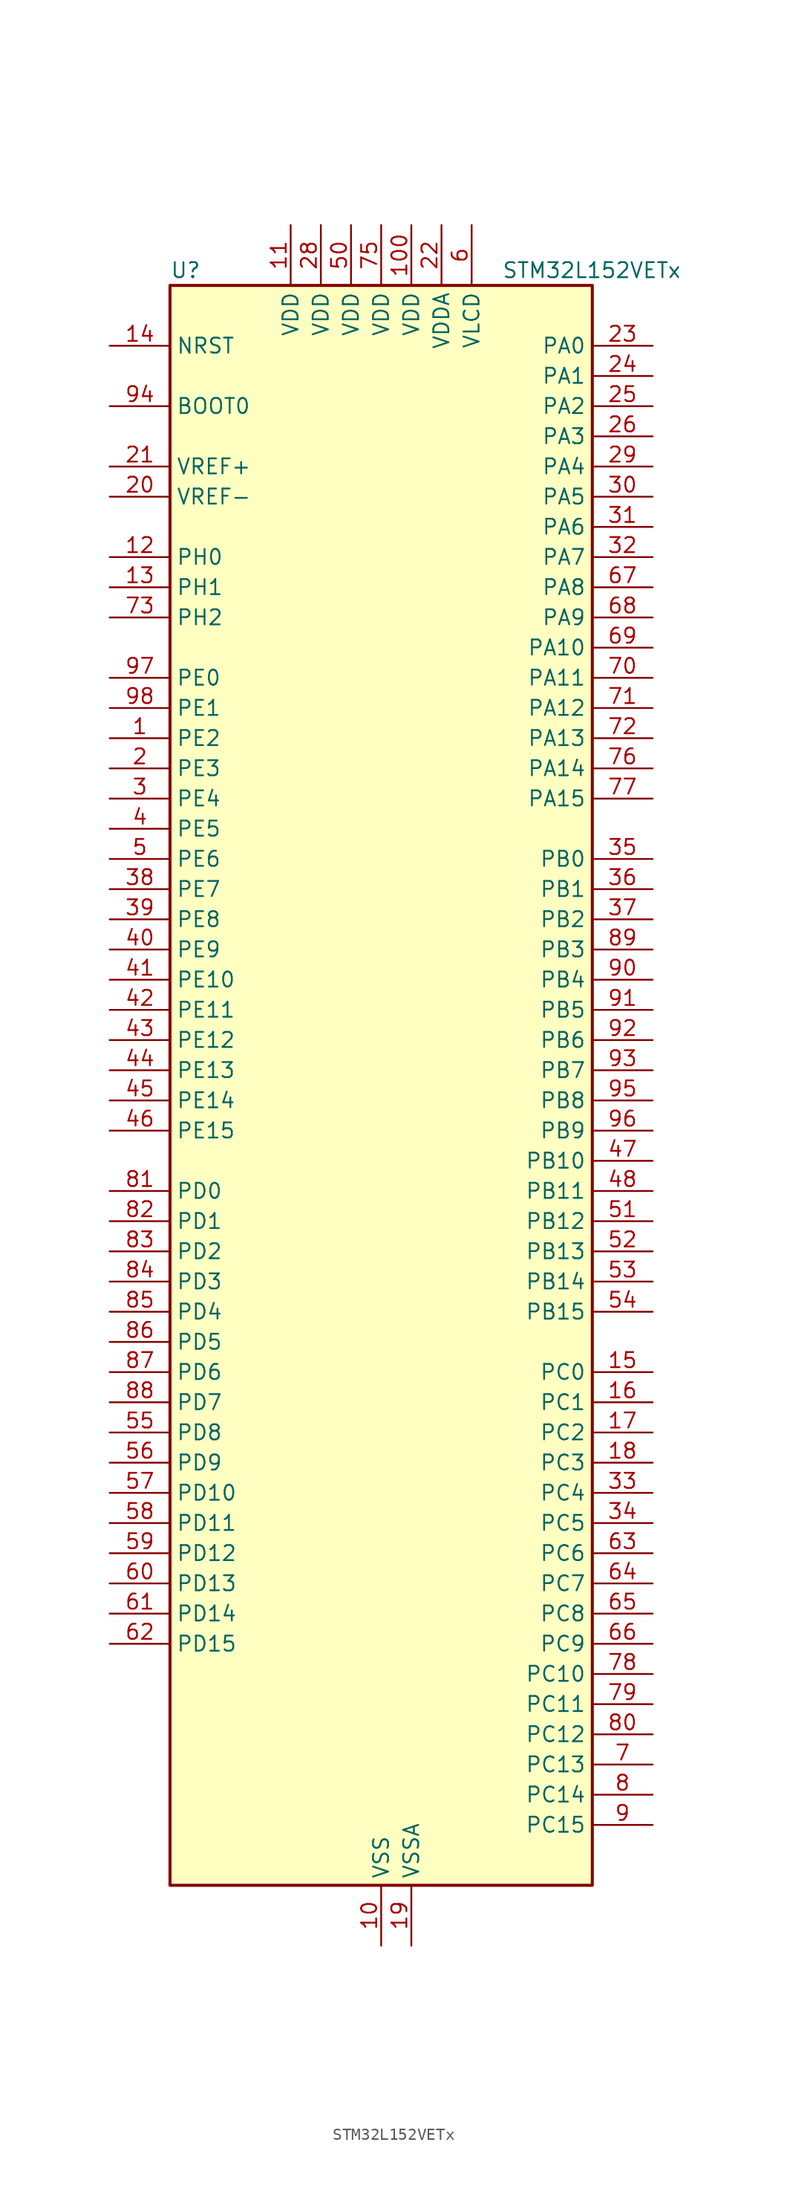
<source format=kicad_sym>
(kicad_symbol_lib
  (version 20241209)
  (generator "kicad_symbol_editor")
  (generator_version "9.0")
  (symbol "STM32L152VETx"
    (property "Reference" "U"
      (at -17.78 69.85 0)
      (effects (font (size 1.27 1.27)) (justify left)))
    (property "Value" "STM32L152VETx"
      (at 10.16 69.85 0)
      (effects (font (size 1.27 1.27)) (justify left)))
    (symbol "STM32L152VETx_0_1"
      (rectangle (start -17.78 -66.04) (end 17.78 68.58) (stroke (width 0.254) (type default)) (fill (type background))))
    (symbol "STM32L152VETx_1_1"
      (pin input line (at -22.86 63.5 0) (length 5.08) (name "NRST" (effects (font (size 1.27 1.27)))) (number "14" (effects (font (size 1.27 1.27)))))
      (pin input line (at -22.86 58.42 0) (length 5.08) (name "BOOT0" (effects (font (size 1.27 1.27)))) (number "94" (effects (font (size 1.27 1.27)))))
      (pin input line (at -22.86 53.34 0) (length 5.08) (name "VREF+" (effects (font (size 1.27 1.27)))) (number "21" (effects (font (size 1.27 1.27)))))
      (pin input line (at -22.86 50.8 0) (length 5.08) (name "VREF-" (effects (font (size 1.27 1.27)))) (number "20" (effects (font (size 1.27 1.27)))))
      (pin bidirectional line (at -22.86 45.72 0) (length 5.08) (name "PH0" (effects (font (size 1.27 1.27)))) (number "12" (effects (font (size 1.27 1.27)))) (alternate "RCC_OSC_IN" bidirectional line))
      (pin bidirectional line (at -22.86 43.18 0) (length 5.08) (name "PH1" (effects (font (size 1.27 1.27)))) (number "13" (effects (font (size 1.27 1.27)))) (alternate "RCC_OSC_OUT" bidirectional line))
      (pin bidirectional line (at -22.86 40.64 0) (length 5.08) (name "PH2" (effects (font (size 1.27 1.27)))) (number "73" (effects (font (size 1.27 1.27)))))
      (pin bidirectional line (at -22.86 35.56 0) (length 5.08) (name "PE0" (effects (font (size 1.27 1.27)))) (number "97" (effects (font (size 1.27 1.27)))) (alternate "LCD_SEG36" bidirectional line) (alternate "TIM10_CH1" bidirectional line) (alternate "TIM4_ETR" bidirectional line) (alternate "TIMX_IC1" bidirectional line))
      (pin bidirectional line (at -22.86 33.02 0) (length 5.08) (name "PE1" (effects (font (size 1.27 1.27)))) (number "98" (effects (font (size 1.27 1.27)))) (alternate "LCD_SEG37" bidirectional line) (alternate "TIM11_CH1" bidirectional line) (alternate "TIMX_IC2" bidirectional line))
      (pin bidirectional line (at -22.86 30.48 0) (length 5.08) (name "PE2" (effects (font (size 1.27 1.27)))) (number "1" (effects (font (size 1.27 1.27)))) (alternate "LCD_SEG38" bidirectional line) (alternate "SYS_TRACECK" bidirectional line) (alternate "TIM3_ETR" bidirectional line) (alternate "TIMX_IC3" bidirectional line))
      (pin bidirectional line (at -22.86 27.94 0) (length 5.08) (name "PE3" (effects (font (size 1.27 1.27)))) (number "2" (effects (font (size 1.27 1.27)))) (alternate "LCD_SEG39" bidirectional line) (alternate "SYS_TRACED0" bidirectional line) (alternate "TIM3_CH1" bidirectional line) (alternate "TIMX_IC4" bidirectional line))
      (pin bidirectional line (at -22.86 25.4 0) (length 5.08) (name "PE4" (effects (font (size 1.27 1.27)))) (number "3" (effects (font (size 1.27 1.27)))) (alternate "SYS_TRACED1" bidirectional line) (alternate "TIM3_CH2" bidirectional line) (alternate "TIMX_IC1" bidirectional line))
      (pin bidirectional line (at -22.86 22.86 0) (length 5.08) (name "PE5" (effects (font (size 1.27 1.27)))) (number "4" (effects (font (size 1.27 1.27)))) (alternate "SYS_TRACED2" bidirectional line) (alternate "TIM9_CH1" bidirectional line) (alternate "TIMX_IC2" bidirectional line))
      (pin bidirectional line (at -22.86 20.32 0) (length 5.08) (name "PE6" (effects (font (size 1.27 1.27)))) (number "5" (effects (font (size 1.27 1.27)))) (alternate "RTC_TAMP3" bidirectional line) (alternate "SYS_TRACED3" bidirectional line) (alternate "SYS_WKUP3" bidirectional line) (alternate "TIM9_CH2" bidirectional line) (alternate "TIMX_IC3" bidirectional line))
      (pin bidirectional line (at -22.86 17.78 0) (length 5.08) (name "PE7" (effects (font (size 1.27 1.27)))) (number "38" (effects (font (size 1.27 1.27)))) (alternate "ADC_IN22" bidirectional line) (alternate "COMP1_INP" bidirectional line) (alternate "TIMX_IC4" bidirectional line))
      (pin bidirectional line (at -22.86 15.24 0) (length 5.08) (name "PE8" (effects (font (size 1.27 1.27)))) (number "39" (effects (font (size 1.27 1.27)))) (alternate "ADC_IN23" bidirectional line) (alternate "COMP1_INP" bidirectional line) (alternate "TIMX_IC1" bidirectional line))
      (pin bidirectional line (at -22.86 12.7 0) (length 5.08) (name "PE9" (effects (font (size 1.27 1.27)))) (number "40" (effects (font (size 1.27 1.27)))) (alternate "ADC_IN24" bidirectional line) (alternate "COMP1_INP" bidirectional line) (alternate "DAC_EXTI9" bidirectional line) (alternate "TIM2_CH1" bidirectional line) (alternate "TIM2_ETR" bidirectional line) (alternate "TIMX_IC2" bidirectional line))
      (pin bidirectional line (at -22.86 10.16 0) (length 5.08) (name "PE10" (effects (font (size 1.27 1.27)))) (number "41" (effects (font (size 1.27 1.27)))) (alternate "ADC_IN25" bidirectional line) (alternate "COMP1_INP" bidirectional line) (alternate "TIM2_CH2" bidirectional line) (alternate "TIMX_IC3" bidirectional line))
      (pin bidirectional line (at -22.86 7.62 0) (length 5.08) (name "PE11" (effects (font (size 1.27 1.27)))) (number "42" (effects (font (size 1.27 1.27)))) (alternate "ADC_EXTI11" bidirectional line) (alternate "TIM2_CH3" bidirectional line) (alternate "TIMX_IC4" bidirectional line))
      (pin bidirectional line (at -22.86 5.08 0) (length 5.08) (name "PE12" (effects (font (size 1.27 1.27)))) (number "43" (effects (font (size 1.27 1.27)))) (alternate "SPI1_NSS" bidirectional line) (alternate "TIM2_CH4" bidirectional line) (alternate "TIMX_IC1" bidirectional line))
      (pin bidirectional line (at -22.86 2.54 0) (length 5.08) (name "PE13" (effects (font (size 1.27 1.27)))) (number "44" (effects (font (size 1.27 1.27)))) (alternate "SPI1_SCK" bidirectional line) (alternate "TIMX_IC2" bidirectional line))
      (pin bidirectional line (at -22.86 0 0) (length 5.08) (name "PE14" (effects (font (size 1.27 1.27)))) (number "45" (effects (font (size 1.27 1.27)))) (alternate "SPI1_MISO" bidirectional line) (alternate "TIMX_IC3" bidirectional line))
      (pin bidirectional line (at -22.86 -2.54 0) (length 5.08) (name "PE15" (effects (font (size 1.27 1.27)))) (number "46" (effects (font (size 1.27 1.27)))) (alternate "ADC_EXTI15" bidirectional line) (alternate "SPI1_MOSI" bidirectional line) (alternate "TIMX_IC4" bidirectional line))
      (pin bidirectional line (at -22.86 -7.62 0) (length 5.08) (name "PD0" (effects (font (size 1.27 1.27)))) (number "81" (effects (font (size 1.27 1.27)))) (alternate "I2S2_WS" bidirectional line) (alternate "SPI2_NSS" bidirectional line) (alternate "TIM9_CH1" bidirectional line) (alternate "TIMX_IC1" bidirectional line))
      (pin bidirectional line (at -22.86 -10.16 0) (length 5.08) (name "PD1" (effects (font (size 1.27 1.27)))) (number "82" (effects (font (size 1.27 1.27)))) (alternate "I2S2_CK" bidirectional line) (alternate "SPI2_SCK" bidirectional line) (alternate "TIMX_IC2" bidirectional line))
      (pin bidirectional line (at -22.86 -12.7 0) (length 5.08) (name "PD2" (effects (font (size 1.27 1.27)))) (number "83" (effects (font (size 1.27 1.27)))) (alternate "LCD_COM7" bidirectional line) (alternate "LCD_SEG31" bidirectional line) (alternate "LCD_SEG43" bidirectional line) (alternate "TIM3_ETR" bidirectional line) (alternate "TIMX_IC3" bidirectional line) (alternate "UART5_RX" bidirectional line))
      (pin bidirectional line (at -22.86 -15.24 0) (length 5.08) (name "PD3" (effects (font (size 1.27 1.27)))) (number "84" (effects (font (size 1.27 1.27)))) (alternate "SPI2_MISO" bidirectional line) (alternate "TIMX_IC4" bidirectional line) (alternate "USART2_CTS" bidirectional line))
      (pin bidirectional line (at -22.86 -17.78 0) (length 5.08) (name "PD4" (effects (font (size 1.27 1.27)))) (number "85" (effects (font (size 1.27 1.27)))) (alternate "I2S2_SD" bidirectional line) (alternate "SPI2_MOSI" bidirectional line) (alternate "TIMX_IC1" bidirectional line) (alternate "USART2_RTS" bidirectional line))
      (pin bidirectional line (at -22.86 -20.32 0) (length 5.08) (name "PD5" (effects (font (size 1.27 1.27)))) (number "86" (effects (font (size 1.27 1.27)))) (alternate "TIMX_IC2" bidirectional line) (alternate "USART2_TX" bidirectional line))
      (pin bidirectional line (at -22.86 -22.86 0) (length 5.08) (name "PD6" (effects (font (size 1.27 1.27)))) (number "87" (effects (font (size 1.27 1.27)))) (alternate "TIMX_IC3" bidirectional line) (alternate "USART2_RX" bidirectional line))
      (pin bidirectional line (at -22.86 -25.4 0) (length 5.08) (name "PD7" (effects (font (size 1.27 1.27)))) (number "88" (effects (font (size 1.27 1.27)))) (alternate "TIM9_CH2" bidirectional line) (alternate "TIMX_IC4" bidirectional line) (alternate "USART2_CK" bidirectional line))
      (pin bidirectional line (at -22.86 -27.94 0) (length 5.08) (name "PD8" (effects (font (size 1.27 1.27)))) (number "55" (effects (font (size 1.27 1.27)))) (alternate "LCD_SEG28" bidirectional line) (alternate "TIMX_IC1" bidirectional line) (alternate "USART3_TX" bidirectional line))
      (pin bidirectional line (at -22.86 -30.48 0) (length 5.08) (name "PD9" (effects (font (size 1.27 1.27)))) (number "56" (effects (font (size 1.27 1.27)))) (alternate "DAC_EXTI9" bidirectional line) (alternate "LCD_SEG29" bidirectional line) (alternate "TIMX_IC2" bidirectional line) (alternate "USART3_RX" bidirectional line))
      (pin bidirectional line (at -22.86 -33.02 0) (length 5.08) (name "PD10" (effects (font (size 1.27 1.27)))) (number "57" (effects (font (size 1.27 1.27)))) (alternate "LCD_SEG30" bidirectional line) (alternate "TIMX_IC3" bidirectional line) (alternate "USART3_CK" bidirectional line))
      (pin bidirectional line (at -22.86 -35.56 0) (length 5.08) (name "PD11" (effects (font (size 1.27 1.27)))) (number "58" (effects (font (size 1.27 1.27)))) (alternate "ADC_EXTI11" bidirectional line) (alternate "LCD_SEG31" bidirectional line) (alternate "TIMX_IC4" bidirectional line) (alternate "USART3_CTS" bidirectional line))
      (pin bidirectional line (at -22.86 -38.1 0) (length 5.08) (name "PD12" (effects (font (size 1.27 1.27)))) (number "59" (effects (font (size 1.27 1.27)))) (alternate "LCD_SEG32" bidirectional line) (alternate "TIM4_CH1" bidirectional line) (alternate "TIMX_IC1" bidirectional line) (alternate "USART3_RTS" bidirectional line))
      (pin bidirectional line (at -22.86 -40.64 0) (length 5.08) (name "PD13" (effects (font (size 1.27 1.27)))) (number "60" (effects (font (size 1.27 1.27)))) (alternate "LCD_SEG33" bidirectional line) (alternate "TIM4_CH2" bidirectional line) (alternate "TIMX_IC2" bidirectional line))
      (pin bidirectional line (at -22.86 -43.18 0) (length 5.08) (name "PD14" (effects (font (size 1.27 1.27)))) (number "61" (effects (font (size 1.27 1.27)))) (alternate "LCD_SEG34" bidirectional line) (alternate "TIM4_CH3" bidirectional line) (alternate "TIMX_IC3" bidirectional line))
      (pin bidirectional line (at -22.86 -45.72 0) (length 5.08) (name "PD15" (effects (font (size 1.27 1.27)))) (number "62" (effects (font (size 1.27 1.27)))) (alternate "ADC_EXTI15" bidirectional line) (alternate "LCD_SEG35" bidirectional line) (alternate "TIM4_CH4" bidirectional line) (alternate "TIMX_IC4" bidirectional line))
      (pin power_in line (at -7.62 73.66 270) (length 5.08) (name "VDD" (effects (font (size 1.27 1.27)))) (number "11" (effects (font (size 1.27 1.27)))))
      (pin power_in line (at -5.08 73.66 270) (length 5.08) (name "VDD" (effects (font (size 1.27 1.27)))) (number "28" (effects (font (size 1.27 1.27)))))
      (pin power_in line (at -2.54 73.66 270) (length 5.08) (name "VDD" (effects (font (size 1.27 1.27)))) (number "50" (effects (font (size 1.27 1.27)))))
      (pin power_in line (at 0 73.66 270) (length 5.08) (name "VDD" (effects (font (size 1.27 1.27)))) (number "75" (effects (font (size 1.27 1.27)))))
      (pin power_in line (at 0 -71.12 90) (length 5.08) (name "VSS" (effects (font (size 1.27 1.27)))) (number "10" (effects (font (size 1.27 1.27)))))
      (pin passive line (at 0 -71.12 90) (length 5.08) (hide yes) (name "VSS" (effects (font (size 1.27 1.27)))) (number "27" (effects (font (size 1.27 1.27)))))
      (pin passive line (at 0 -71.12 90) (length 5.08) (hide yes) (name "VSS" (effects (font (size 1.27 1.27)))) (number "49" (effects (font (size 1.27 1.27)))))
      (pin passive line (at 0 -71.12 90) (length 5.08) (hide yes) (name "VSS" (effects (font (size 1.27 1.27)))) (number "74" (effects (font (size 1.27 1.27)))))
      (pin passive line (at 0 -71.12 90) (length 5.08) (hide yes) (name "VSS" (effects (font (size 1.27 1.27)))) (number "99" (effects (font (size 1.27 1.27)))))
      (pin power_in line (at 2.54 73.66 270) (length 5.08) (name "VDD" (effects (font (size 1.27 1.27)))) (number "100" (effects (font (size 1.27 1.27)))))
      (pin power_in line (at 2.54 -71.12 90) (length 5.08) (name "VSSA" (effects (font (size 1.27 1.27)))) (number "19" (effects (font (size 1.27 1.27)))))
      (pin power_in line (at 5.08 73.66 270) (length 5.08) (name "VDDA" (effects (font (size 1.27 1.27)))) (number "22" (effects (font (size 1.27 1.27)))))
      (pin power_in line (at 7.62 73.66 270) (length 5.08) (name "VLCD" (effects (font (size 1.27 1.27)))) (number "6" (effects (font (size 1.27 1.27)))))
      (pin bidirectional line (at 22.86 63.5 180) (length 5.08) (name "PA0" (effects (font (size 1.27 1.27)))) (number "23" (effects (font (size 1.27 1.27)))) (alternate "ADC_IN0" bidirectional line) (alternate "COMP1_INP" bidirectional line) (alternate "RTC_TAMP2" bidirectional line) (alternate "SYS_WKUP1" bidirectional line) (alternate "TIM2_CH1" bidirectional line) (alternate "TIM2_ETR" bidirectional line) (alternate "TIM5_CH1" bidirectional line) (alternate "TIMX_IC1" bidirectional line) (alternate "TS_G1_IO1" bidirectional line) (alternate "USART2_CTS" bidirectional line))
      (pin bidirectional line (at 22.86 60.96 180) (length 5.08) (name "PA1" (effects (font (size 1.27 1.27)))) (number "24" (effects (font (size 1.27 1.27)))) (alternate "ADC_IN1" bidirectional line) (alternate "COMP1_INP" bidirectional line) (alternate "LCD_SEG0" bidirectional line) (alternate "OPAMP1_VINP" bidirectional line) (alternate "TIM2_CH2" bidirectional line) (alternate "TIM5_CH2" bidirectional line) (alternate "TIMX_IC2" bidirectional line) (alternate "TS_G1_IO2" bidirectional line) (alternate "USART2_RTS" bidirectional line))
      (pin bidirectional line (at 22.86 58.42 180) (length 5.08) (name "PA2" (effects (font (size 1.27 1.27)))) (number "25" (effects (font (size 1.27 1.27)))) (alternate "ADC_IN2" bidirectional line) (alternate "COMP1_INP" bidirectional line) (alternate "LCD_SEG1" bidirectional line) (alternate "OPAMP1_VINM" bidirectional line) (alternate "TIM2_CH3" bidirectional line) (alternate "TIM5_CH3" bidirectional line) (alternate "TIM9_CH1" bidirectional line) (alternate "TIMX_IC3" bidirectional line) (alternate "TS_G1_IO3" bidirectional line) (alternate "USART2_TX" bidirectional line))
      (pin bidirectional line (at 22.86 55.88 180) (length 5.08) (name "PA3" (effects (font (size 1.27 1.27)))) (number "26" (effects (font (size 1.27 1.27)))) (alternate "ADC_IN3" bidirectional line) (alternate "COMP1_INP" bidirectional line) (alternate "LCD_SEG2" bidirectional line) (alternate "OPAMP1_VOUT" bidirectional line) (alternate "TIM2_CH4" bidirectional line) (alternate "TIM5_CH4" bidirectional line) (alternate "TIM9_CH2" bidirectional line) (alternate "TIMX_IC4" bidirectional line) (alternate "TS_G1_IO4" bidirectional line) (alternate "USART2_RX" bidirectional line))
      (pin bidirectional line (at 22.86 53.34 180) (length 5.08) (name "PA4" (effects (font (size 1.27 1.27)))) (number "29" (effects (font (size 1.27 1.27)))) (alternate "ADC_IN4" bidirectional line) (alternate "COMP1_INP" bidirectional line) (alternate "DAC_OUT1" bidirectional line) (alternate "I2S3_WS" bidirectional line) (alternate "SPI1_NSS" bidirectional line) (alternate "SPI3_NSS" bidirectional line) (alternate "TIMX_IC1" bidirectional line) (alternate "USART2_CK" bidirectional line))
      (pin bidirectional line (at 22.86 50.8 180) (length 5.08) (name "PA5" (effects (font (size 1.27 1.27)))) (number "30" (effects (font (size 1.27 1.27)))) (alternate "ADC_IN5" bidirectional line) (alternate "COMP1_INP" bidirectional line) (alternate "DAC_OUT2" bidirectional line) (alternate "SPI1_SCK" bidirectional line) (alternate "TIM2_CH1" bidirectional line) (alternate "TIM2_ETR" bidirectional line) (alternate "TIMX_IC2" bidirectional line))
      (pin bidirectional line (at 22.86 48.26 180) (length 5.08) (name "PA6" (effects (font (size 1.27 1.27)))) (number "31" (effects (font (size 1.27 1.27)))) (alternate "ADC_IN6" bidirectional line) (alternate "COMP1_INP" bidirectional line) (alternate "LCD_SEG3" bidirectional line) (alternate "OPAMP2_VINP" bidirectional line) (alternate "SPI1_MISO" bidirectional line) (alternate "TIM10_CH1" bidirectional line) (alternate "TIM3_CH1" bidirectional line) (alternate "TIMX_IC3" bidirectional line) (alternate "TS_G2_IO1" bidirectional line))
      (pin bidirectional line (at 22.86 45.72 180) (length 5.08) (name "PA7" (effects (font (size 1.27 1.27)))) (number "32" (effects (font (size 1.27 1.27)))) (alternate "ADC_IN7" bidirectional line) (alternate "COMP1_INP" bidirectional line) (alternate "LCD_SEG4" bidirectional line) (alternate "OPAMP2_VINM" bidirectional line) (alternate "SPI1_MOSI" bidirectional line) (alternate "TIM11_CH1" bidirectional line) (alternate "TIM3_CH2" bidirectional line) (alternate "TIMX_IC4" bidirectional line) (alternate "TS_G2_IO2" bidirectional line))
      (pin bidirectional line (at 22.86 43.18 180) (length 5.08) (name "PA8" (effects (font (size 1.27 1.27)))) (number "67" (effects (font (size 1.27 1.27)))) (alternate "LCD_COM0" bidirectional line) (alternate "RCC_MCO" bidirectional line) (alternate "TIMX_IC1" bidirectional line) (alternate "TS_G4_IO1" bidirectional line) (alternate "USART1_CK" bidirectional line))
      (pin bidirectional line (at 22.86 40.64 180) (length 5.08) (name "PA9" (effects (font (size 1.27 1.27)))) (number "68" (effects (font (size 1.27 1.27)))) (alternate "DAC_EXTI9" bidirectional line) (alternate "LCD_COM1" bidirectional line) (alternate "TIMX_IC2" bidirectional line) (alternate "TS_G4_IO2" bidirectional line) (alternate "USART1_TX" bidirectional line))
      (pin bidirectional line (at 22.86 38.1 180) (length 5.08) (name "PA10" (effects (font (size 1.27 1.27)))) (number "69" (effects (font (size 1.27 1.27)))) (alternate "LCD_COM2" bidirectional line) (alternate "TIMX_IC3" bidirectional line) (alternate "TS_G4_IO3" bidirectional line) (alternate "USART1_RX" bidirectional line))
      (pin bidirectional line (at 22.86 35.56 180) (length 5.08) (name "PA11" (effects (font (size 1.27 1.27)))) (number "70" (effects (font (size 1.27 1.27)))) (alternate "ADC_EXTI11" bidirectional line) (alternate "SPI1_MISO" bidirectional line) (alternate "TIMX_IC4" bidirectional line) (alternate "USART1_CTS" bidirectional line) (alternate "USB_DM" bidirectional line))
      (pin bidirectional line (at 22.86 33.02 180) (length 5.08) (name "PA12" (effects (font (size 1.27 1.27)))) (number "71" (effects (font (size 1.27 1.27)))) (alternate "SPI1_MOSI" bidirectional line) (alternate "TIMX_IC1" bidirectional line) (alternate "USART1_RTS" bidirectional line) (alternate "USB_DP" bidirectional line))
      (pin bidirectional line (at 22.86 30.48 180) (length 5.08) (name "PA13" (effects (font (size 1.27 1.27)))) (number "72" (effects (font (size 1.27 1.27)))) (alternate "SYS_JTMS-SWDIO" bidirectional line) (alternate "TIMX_IC2" bidirectional line) (alternate "TS_G5_IO1" bidirectional line))
      (pin bidirectional line (at 22.86 27.94 180) (length 5.08) (name "PA14" (effects (font (size 1.27 1.27)))) (number "76" (effects (font (size 1.27 1.27)))) (alternate "SYS_JTCK-SWCLK" bidirectional line) (alternate "TIMX_IC3" bidirectional line) (alternate "TS_G5_IO2" bidirectional line))
      (pin bidirectional line (at 22.86 25.4 180) (length 5.08) (name "PA15" (effects (font (size 1.27 1.27)))) (number "77" (effects (font (size 1.27 1.27)))) (alternate "ADC_EXTI15" bidirectional line) (alternate "I2S3_WS" bidirectional line) (alternate "LCD_SEG17" bidirectional line) (alternate "SPI1_NSS" bidirectional line) (alternate "SPI3_NSS" bidirectional line) (alternate "SYS_JTDI" bidirectional line) (alternate "TIM2_CH1" bidirectional line) (alternate "TIM2_ETR" bidirectional line) (alternate "TIMX_IC4" bidirectional line) (alternate "TS_G5_IO3" bidirectional line))
      (pin bidirectional line (at 22.86 20.32 180) (length 5.08) (name "PB0" (effects (font (size 1.27 1.27)))) (number "35" (effects (font (size 1.27 1.27)))) (alternate "ADC_IN8" bidirectional line) (alternate "COMP1_INP" bidirectional line) (alternate "LCD_SEG5" bidirectional line) (alternate "OPAMP2_VOUT" bidirectional line) (alternate "SYS_V_REF_OUT" bidirectional line) (alternate "TIM3_CH3" bidirectional line) (alternate "TS_G3_IO1" bidirectional line))
      (pin bidirectional line (at 22.86 17.78 180) (length 5.08) (name "PB1" (effects (font (size 1.27 1.27)))) (number "36" (effects (font (size 1.27 1.27)))) (alternate "ADC_IN9" bidirectional line) (alternate "COMP1_INP" bidirectional line) (alternate "LCD_SEG6" bidirectional line) (alternate "SYS_V_REF_OUT" bidirectional line) (alternate "TIM3_CH4" bidirectional line) (alternate "TS_G3_IO2" bidirectional line))
      (pin bidirectional line (at 22.86 15.24 180) (length 5.08) (name "PB2" (effects (font (size 1.27 1.27)))) (number "37" (effects (font (size 1.27 1.27)))) (alternate "ADC_IN0b" bidirectional line) (alternate "TS_G3_IO3" bidirectional line))
      (pin bidirectional line (at 22.86 12.7 180) (length 5.08) (name "PB3" (effects (font (size 1.27 1.27)))) (number "89" (effects (font (size 1.27 1.27)))) (alternate "COMP2_INM" bidirectional line) (alternate "I2S3_CK" bidirectional line) (alternate "LCD_SEG7" bidirectional line) (alternate "SPI1_SCK" bidirectional line) (alternate "SPI3_SCK" bidirectional line) (alternate "SYS_JTDO-TRACESWO" bidirectional line) (alternate "TIM2_CH2" bidirectional line))
      (pin bidirectional line (at 22.86 10.16 180) (length 5.08) (name "PB4" (effects (font (size 1.27 1.27)))) (number "90" (effects (font (size 1.27 1.27)))) (alternate "COMP2_INP" bidirectional line) (alternate "LCD_SEG8" bidirectional line) (alternate "SPI1_MISO" bidirectional line) (alternate "SPI3_MISO" bidirectional line) (alternate "SYS_JTRST" bidirectional line) (alternate "TIM3_CH1" bidirectional line) (alternate "TS_G6_IO1" bidirectional line))
      (pin bidirectional line (at 22.86 7.62 180) (length 5.08) (name "PB5" (effects (font (size 1.27 1.27)))) (number "91" (effects (font (size 1.27 1.27)))) (alternate "COMP2_INP" bidirectional line) (alternate "I2C1_SMBA" bidirectional line) (alternate "I2S3_SD" bidirectional line) (alternate "LCD_SEG9" bidirectional line) (alternate "SPI1_MOSI" bidirectional line) (alternate "SPI3_MOSI" bidirectional line) (alternate "TIM3_CH2" bidirectional line) (alternate "TS_G6_IO2" bidirectional line))
      (pin bidirectional line (at 22.86 5.08 180) (length 5.08) (name "PB6" (effects (font (size 1.27 1.27)))) (number "92" (effects (font (size 1.27 1.27)))) (alternate "COMP2_INP" bidirectional line) (alternate "I2C1_SCL" bidirectional line) (alternate "TIM4_CH1" bidirectional line) (alternate "TS_G6_IO3" bidirectional line) (alternate "USART1_TX" bidirectional line))
      (pin bidirectional line (at 22.86 2.54 180) (length 5.08) (name "PB7" (effects (font (size 1.27 1.27)))) (number "93" (effects (font (size 1.27 1.27)))) (alternate "COMP2_INP" bidirectional line) (alternate "I2C1_SDA" bidirectional line) (alternate "SYS_PVD_IN" bidirectional line) (alternate "TIM4_CH2" bidirectional line) (alternate "TS_G6_IO4" bidirectional line) (alternate "USART1_RX" bidirectional line))
      (pin bidirectional line (at 22.86 0 180) (length 5.08) (name "PB8" (effects (font (size 1.27 1.27)))) (number "95" (effects (font (size 1.27 1.27)))) (alternate "I2C1_SCL" bidirectional line) (alternate "LCD_SEG16" bidirectional line) (alternate "TIM10_CH1" bidirectional line) (alternate "TIM4_CH3" bidirectional line))
      (pin bidirectional line (at 22.86 -2.54 180) (length 5.08) (name "PB9" (effects (font (size 1.27 1.27)))) (number "96" (effects (font (size 1.27 1.27)))) (alternate "DAC_EXTI9" bidirectional line) (alternate "I2C1_SDA" bidirectional line) (alternate "LCD_COM3" bidirectional line) (alternate "TIM11_CH1" bidirectional line) (alternate "TIM4_CH4" bidirectional line))
      (pin bidirectional line (at 22.86 -5.08 180) (length 5.08) (name "PB10" (effects (font (size 1.27 1.27)))) (number "47" (effects (font (size 1.27 1.27)))) (alternate "I2C2_SCL" bidirectional line) (alternate "LCD_SEG10" bidirectional line) (alternate "TIM2_CH3" bidirectional line) (alternate "USART3_TX" bidirectional line))
      (pin bidirectional line (at 22.86 -7.62 180) (length 5.08) (name "PB11" (effects (font (size 1.27 1.27)))) (number "48" (effects (font (size 1.27 1.27)))) (alternate "ADC_EXTI11" bidirectional line) (alternate "I2C2_SDA" bidirectional line) (alternate "LCD_SEG11" bidirectional line) (alternate "TIM2_CH4" bidirectional line) (alternate "USART3_RX" bidirectional line))
      (pin bidirectional line (at 22.86 -10.16 180) (length 5.08) (name "PB12" (effects (font (size 1.27 1.27)))) (number "51" (effects (font (size 1.27 1.27)))) (alternate "ADC_IN18" bidirectional line) (alternate "COMP1_INP" bidirectional line) (alternate "I2C2_SMBA" bidirectional line) (alternate "I2S2_WS" bidirectional line) (alternate "LCD_SEG12" bidirectional line) (alternate "SPI2_NSS" bidirectional line) (alternate "TIM10_CH1" bidirectional line) (alternate "TS_G7_IO1" bidirectional line) (alternate "USART3_CK" bidirectional line))
      (pin bidirectional line (at 22.86 -12.7 180) (length 5.08) (name "PB13" (effects (font (size 1.27 1.27)))) (number "52" (effects (font (size 1.27 1.27)))) (alternate "ADC_IN19" bidirectional line) (alternate "COMP1_INP" bidirectional line) (alternate "I2S2_CK" bidirectional line) (alternate "LCD_SEG13" bidirectional line) (alternate "SPI2_SCK" bidirectional line) (alternate "TIM9_CH1" bidirectional line) (alternate "TS_G7_IO2" bidirectional line) (alternate "USART3_CTS" bidirectional line))
      (pin bidirectional line (at 22.86 -15.24 180) (length 5.08) (name "PB14" (effects (font (size 1.27 1.27)))) (number "53" (effects (font (size 1.27 1.27)))) (alternate "ADC_IN20" bidirectional line) (alternate "COMP1_INP" bidirectional line) (alternate "LCD_SEG14" bidirectional line) (alternate "SPI2_MISO" bidirectional line) (alternate "TIM9_CH2" bidirectional line) (alternate "TS_G7_IO3" bidirectional line) (alternate "USART3_RTS" bidirectional line))
      (pin bidirectional line (at 22.86 -17.78 180) (length 5.08) (name "PB15" (effects (font (size 1.27 1.27)))) (number "54" (effects (font (size 1.27 1.27)))) (alternate "ADC_EXTI15" bidirectional line) (alternate "ADC_IN21" bidirectional line) (alternate "COMP1_INP" bidirectional line) (alternate "I2S2_SD" bidirectional line) (alternate "LCD_SEG15" bidirectional line) (alternate "RTC_REFIN" bidirectional line) (alternate "SPI2_MOSI" bidirectional line) (alternate "TIM11_CH1" bidirectional line) (alternate "TS_G7_IO4" bidirectional line))
      (pin bidirectional line (at 22.86 -22.86 180) (length 5.08) (name "PC0" (effects (font (size 1.27 1.27)))) (number "15" (effects (font (size 1.27 1.27)))) (alternate "ADC_IN10" bidirectional line) (alternate "COMP1_INP" bidirectional line) (alternate "LCD_SEG18" bidirectional line) (alternate "TIMX_IC1" bidirectional line) (alternate "TS_G8_IO1" bidirectional line))
      (pin bidirectional line (at 22.86 -25.4 180) (length 5.08) (name "PC1" (effects (font (size 1.27 1.27)))) (number "16" (effects (font (size 1.27 1.27)))) (alternate "ADC_IN11" bidirectional line) (alternate "COMP1_INP" bidirectional line) (alternate "LCD_SEG19" bidirectional line) (alternate "TIMX_IC2" bidirectional line) (alternate "TS_G8_IO2" bidirectional line))
      (pin bidirectional line (at 22.86 -27.94 180) (length 5.08) (name "PC2" (effects (font (size 1.27 1.27)))) (number "17" (effects (font (size 1.27 1.27)))) (alternate "ADC_IN12" bidirectional line) (alternate "COMP1_INP" bidirectional line) (alternate "LCD_SEG20" bidirectional line) (alternate "TIMX_IC3" bidirectional line) (alternate "TS_G8_IO3" bidirectional line))
      (pin bidirectional line (at 22.86 -30.48 180) (length 5.08) (name "PC3" (effects (font (size 1.27 1.27)))) (number "18" (effects (font (size 1.27 1.27)))) (alternate "ADC_IN13" bidirectional line) (alternate "COMP1_INP" bidirectional line) (alternate "LCD_SEG21" bidirectional line) (alternate "TIMX_IC4" bidirectional line) (alternate "TS_G8_IO4" bidirectional line))
      (pin bidirectional line (at 22.86 -33.02 180) (length 5.08) (name "PC4" (effects (font (size 1.27 1.27)))) (number "33" (effects (font (size 1.27 1.27)))) (alternate "ADC_IN14" bidirectional line) (alternate "COMP1_INP" bidirectional line) (alternate "LCD_SEG22" bidirectional line) (alternate "TIMX_IC1" bidirectional line) (alternate "TS_G9_IO1" bidirectional line))
      (pin bidirectional line (at 22.86 -35.56 180) (length 5.08) (name "PC5" (effects (font (size 1.27 1.27)))) (number "34" (effects (font (size 1.27 1.27)))) (alternate "ADC_IN15" bidirectional line) (alternate "COMP1_INP" bidirectional line) (alternate "LCD_SEG23" bidirectional line) (alternate "TIMX_IC2" bidirectional line) (alternate "TS_G9_IO2" bidirectional line))
      (pin bidirectional line (at 22.86 -38.1 180) (length 5.08) (name "PC6" (effects (font (size 1.27 1.27)))) (number "63" (effects (font (size 1.27 1.27)))) (alternate "I2S2_MCK" bidirectional line) (alternate "LCD_SEG24" bidirectional line) (alternate "TIM3_CH1" bidirectional line) (alternate "TIMX_IC3" bidirectional line) (alternate "TS_G10_IO1" bidirectional line))
      (pin bidirectional line (at 22.86 -40.64 180) (length 5.08) (name "PC7" (effects (font (size 1.27 1.27)))) (number "64" (effects (font (size 1.27 1.27)))) (alternate "I2S3_MCK" bidirectional line) (alternate "LCD_SEG25" bidirectional line) (alternate "TIM3_CH2" bidirectional line) (alternate "TIMX_IC4" bidirectional line) (alternate "TS_G10_IO2" bidirectional line))
      (pin bidirectional line (at 22.86 -43.18 180) (length 5.08) (name "PC8" (effects (font (size 1.27 1.27)))) (number "65" (effects (font (size 1.27 1.27)))) (alternate "LCD_SEG26" bidirectional line) (alternate "TIM3_CH3" bidirectional line) (alternate "TIMX_IC1" bidirectional line) (alternate "TS_G10_IO3" bidirectional line))
      (pin bidirectional line (at 22.86 -45.72 180) (length 5.08) (name "PC9" (effects (font (size 1.27 1.27)))) (number "66" (effects (font (size 1.27 1.27)))) (alternate "DAC_EXTI9" bidirectional line) (alternate "LCD_SEG27" bidirectional line) (alternate "TIM3_CH4" bidirectional line) (alternate "TIMX_IC2" bidirectional line) (alternate "TS_G10_IO4" bidirectional line))
      (pin bidirectional line (at 22.86 -48.26 180) (length 5.08) (name "PC10" (effects (font (size 1.27 1.27)))) (number "78" (effects (font (size 1.27 1.27)))) (alternate "I2S3_CK" bidirectional line) (alternate "LCD_COM4" bidirectional line) (alternate "LCD_SEG28" bidirectional line) (alternate "LCD_SEG40" bidirectional line) (alternate "SPI3_SCK" bidirectional line) (alternate "TIMX_IC3" bidirectional line) (alternate "UART4_TX" bidirectional line) (alternate "USART3_TX" bidirectional line))
      (pin bidirectional line (at 22.86 -50.8 180) (length 5.08) (name "PC11" (effects (font (size 1.27 1.27)))) (number "79" (effects (font (size 1.27 1.27)))) (alternate "ADC_EXTI11" bidirectional line) (alternate "LCD_COM5" bidirectional line) (alternate "LCD_SEG29" bidirectional line) (alternate "LCD_SEG41" bidirectional line) (alternate "SPI3_MISO" bidirectional line) (alternate "TIMX_IC4" bidirectional line) (alternate "UART4_RX" bidirectional line) (alternate "USART3_RX" bidirectional line))
      (pin bidirectional line (at 22.86 -53.34 180) (length 5.08) (name "PC12" (effects (font (size 1.27 1.27)))) (number "80" (effects (font (size 1.27 1.27)))) (alternate "I2S3_SD" bidirectional line) (alternate "LCD_COM6" bidirectional line) (alternate "LCD_SEG30" bidirectional line) (alternate "LCD_SEG42" bidirectional line) (alternate "SPI3_MOSI" bidirectional line) (alternate "TIMX_IC1" bidirectional line) (alternate "UART5_TX" bidirectional line) (alternate "USART3_CK" bidirectional line))
      (pin bidirectional line (at 22.86 -55.88 180) (length 5.08) (name "PC13" (effects (font (size 1.27 1.27)))) (number "7" (effects (font (size 1.27 1.27)))) (alternate "RTC_OUT_ALARM" bidirectional line) (alternate "RTC_OUT_CALIB" bidirectional line) (alternate "RTC_TAMP1" bidirectional line) (alternate "RTC_TS" bidirectional line) (alternate "SYS_WKUP2" bidirectional line) (alternate "TIMX_IC2" bidirectional line))
      (pin bidirectional line (at 22.86 -58.42 180) (length 5.08) (name "PC14" (effects (font (size 1.27 1.27)))) (number "8" (effects (font (size 1.27 1.27)))) (alternate "RCC_OSC32_IN" bidirectional line) (alternate "TIMX_IC3" bidirectional line))
      (pin bidirectional line (at 22.86 -60.96 180) (length 5.08) (name "PC15" (effects (font (size 1.27 1.27)))) (number "9" (effects (font (size 1.27 1.27)))) (alternate "ADC_EXTI15" bidirectional line) (alternate "RCC_OSC32_OUT" bidirectional line) (alternate "TIMX_IC4" bidirectional line)))))
</source>
